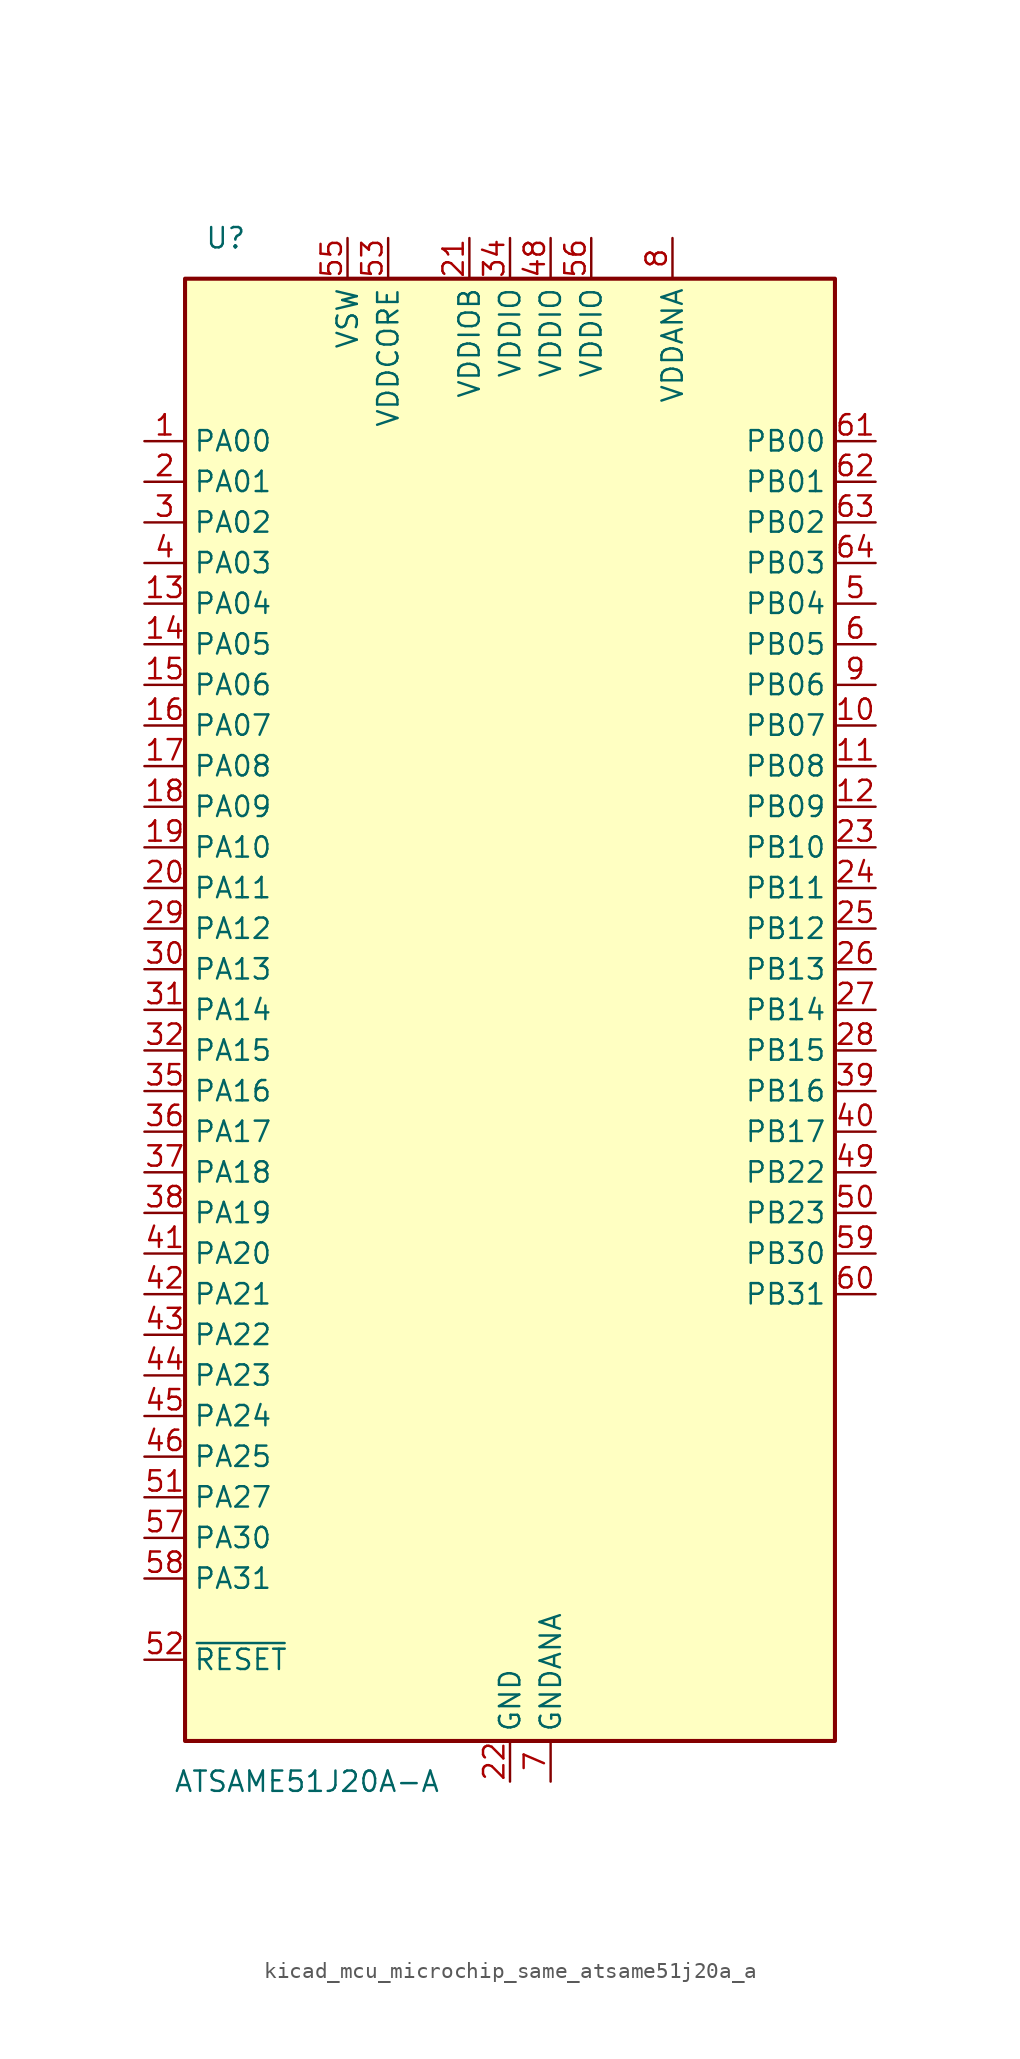
<source format=kicad_sym>
(kicad_symbol_lib
  (version 20220914)
  (generator kicad_symbol_editor)
  (symbol "kicad_mcu_microchip_same_atsame51j20a_a"
    (property "Reference" "U"
      (at -17.78 48.26 0)
      (effects (font (size 1.27 1.27))))
    (property "Value" "ATSAME51J20A-A"
      (at -12.7 -48.26 0)
      (effects (font (size 1.27 1.27))))
    (symbol "kicad_mcu_microchip_same_atsame51j20a_a_0_1"
      (rectangle (start -20.32 45.72) (end 20.32 -45.72) (stroke (width 0.254) (type default)) (fill (type background))))
    (symbol "kicad_mcu_microchip_same_atsame51j20a_a_1_0"
      (pin bidirectional line (at 22.86 27.94 180) (length 2.54) (name "PB03" (effects (font (size 1.27 1.27)))) (number "64" (effects (font (size 1.27 1.27))))))
    (symbol "kicad_mcu_microchip_same_atsame51j20a_a_1_1"
      (pin bidirectional line (at -22.86 35.56 0) (length 2.54) (name "PA00" (effects (font (size 1.27 1.27)))) (number "1" (effects (font (size 1.27 1.27)))))
      (pin bidirectional line (at 22.86 17.78 180) (length 2.54) (name "PB07" (effects (font (size 1.27 1.27)))) (number "10" (effects (font (size 1.27 1.27)))))
      (pin bidirectional line (at 22.86 15.24 180) (length 2.54) (name "PB08" (effects (font (size 1.27 1.27)))) (number "11" (effects (font (size 1.27 1.27)))))
      (pin bidirectional line (at 22.86 12.7 180) (length 2.54) (name "PB09" (effects (font (size 1.27 1.27)))) (number "12" (effects (font (size 1.27 1.27)))))
      (pin bidirectional line (at -22.86 25.4 0) (length 2.54) (name "PA04" (effects (font (size 1.27 1.27)))) (number "13" (effects (font (size 1.27 1.27)))))
      (pin bidirectional line (at -22.86 22.86 0) (length 2.54) (name "PA05" (effects (font (size 1.27 1.27)))) (number "14" (effects (font (size 1.27 1.27)))))
      (pin bidirectional line (at -22.86 20.32 0) (length 2.54) (name "PA06" (effects (font (size 1.27 1.27)))) (number "15" (effects (font (size 1.27 1.27)))))
      (pin bidirectional line (at -22.86 17.78 0) (length 2.54) (name "PA07" (effects (font (size 1.27 1.27)))) (number "16" (effects (font (size 1.27 1.27)))))
      (pin bidirectional line (at -22.86 15.24 0) (length 2.54) (name "PA08" (effects (font (size 1.27 1.27)))) (number "17" (effects (font (size 1.27 1.27)))))
      (pin bidirectional line (at -22.86 12.7 0) (length 2.54) (name "PA09" (effects (font (size 1.27 1.27)))) (number "18" (effects (font (size 1.27 1.27)))))
      (pin bidirectional line (at -22.86 10.16 0) (length 2.54) (name "PA10" (effects (font (size 1.27 1.27)))) (number "19" (effects (font (size 1.27 1.27)))))
      (pin bidirectional line (at -22.86 33.02 0) (length 2.54) (name "PA01" (effects (font (size 1.27 1.27)))) (number "2" (effects (font (size 1.27 1.27)))))
      (pin bidirectional line (at -22.86 7.62 0) (length 2.54) (name "PA11" (effects (font (size 1.27 1.27)))) (number "20" (effects (font (size 1.27 1.27)))))
      (pin power_in line (at -2.54 48.26 270) (length 2.54) (name "VDDIOB" (effects (font (size 1.27 1.27)))) (number "21" (effects (font (size 1.27 1.27)))))
      (pin power_in line (at 0 -48.26 90) (length 2.54) (name "GND" (effects (font (size 1.27 1.27)))) (number "22" (effects (font (size 1.27 1.27)))))
      (pin bidirectional line (at 22.86 10.16 180) (length 2.54) (name "PB10" (effects (font (size 1.27 1.27)))) (number "23" (effects (font (size 1.27 1.27)))))
      (pin bidirectional line (at 22.86 7.62 180) (length 2.54) (name "PB11" (effects (font (size 1.27 1.27)))) (number "24" (effects (font (size 1.27 1.27)))))
      (pin bidirectional line (at 22.86 5.08 180) (length 2.54) (name "PB12" (effects (font (size 1.27 1.27)))) (number "25" (effects (font (size 1.27 1.27)))))
      (pin bidirectional line (at 22.86 2.54 180) (length 2.54) (name "PB13" (effects (font (size 1.27 1.27)))) (number "26" (effects (font (size 1.27 1.27)))))
      (pin bidirectional line (at 22.86 0 180) (length 2.54) (name "PB14" (effects (font (size 1.27 1.27)))) (number "27" (effects (font (size 1.27 1.27)))))
      (pin bidirectional line (at 22.86 -2.54 180) (length 2.54) (name "PB15" (effects (font (size 1.27 1.27)))) (number "28" (effects (font (size 1.27 1.27)))))
      (pin bidirectional line (at -22.86 5.08 0) (length 2.54) (name "PA12" (effects (font (size 1.27 1.27)))) (number "29" (effects (font (size 1.27 1.27)))))
      (pin bidirectional line (at -22.86 30.48 0) (length 2.54) (name "PA02" (effects (font (size 1.27 1.27)))) (number "3" (effects (font (size 1.27 1.27)))))
      (pin bidirectional line (at -22.86 2.54 0) (length 2.54) (name "PA13" (effects (font (size 1.27 1.27)))) (number "30" (effects (font (size 1.27 1.27)))))
      (pin bidirectional line (at -22.86 0 0) (length 2.54) (name "PA14" (effects (font (size 1.27 1.27)))) (number "31" (effects (font (size 1.27 1.27)))))
      (pin bidirectional line (at -22.86 -2.54 0) (length 2.54) (name "PA15" (effects (font (size 1.27 1.27)))) (number "32" (effects (font (size 1.27 1.27)))))
      (pin passive line (at 0 -48.26 90) (length 2.54) hide (name "GND" (effects (font (size 1.27 1.27)))) (number "33" (effects (font (size 1.27 1.27)))))
      (pin power_in line (at 0 48.26 270) (length 2.54) (name "VDDIO" (effects (font (size 1.27 1.27)))) (number "34" (effects (font (size 1.27 1.27)))))
      (pin bidirectional line (at -22.86 -5.08 0) (length 2.54) (name "PA16" (effects (font (size 1.27 1.27)))) (number "35" (effects (font (size 1.27 1.27)))))
      (pin bidirectional line (at -22.86 -7.62 0) (length 2.54) (name "PA17" (effects (font (size 1.27 1.27)))) (number "36" (effects (font (size 1.27 1.27)))))
      (pin bidirectional line (at -22.86 -10.16 0) (length 2.54) (name "PA18" (effects (font (size 1.27 1.27)))) (number "37" (effects (font (size 1.27 1.27)))))
      (pin bidirectional line (at -22.86 -12.7 0) (length 2.54) (name "PA19" (effects (font (size 1.27 1.27)))) (number "38" (effects (font (size 1.27 1.27)))))
      (pin bidirectional line (at 22.86 -5.08 180) (length 2.54) (name "PB16" (effects (font (size 1.27 1.27)))) (number "39" (effects (font (size 1.27 1.27)))))
      (pin bidirectional line (at -22.86 27.94 0) (length 2.54) (name "PA03" (effects (font (size 1.27 1.27)))) (number "4" (effects (font (size 1.27 1.27)))))
      (pin bidirectional line (at 22.86 -7.62 180) (length 2.54) (name "PB17" (effects (font (size 1.27 1.27)))) (number "40" (effects (font (size 1.27 1.27)))))
      (pin bidirectional line (at -22.86 -15.24 0) (length 2.54) (name "PA20" (effects (font (size 1.27 1.27)))) (number "41" (effects (font (size 1.27 1.27)))))
      (pin bidirectional line (at -22.86 -17.78 0) (length 2.54) (name "PA21" (effects (font (size 1.27 1.27)))) (number "42" (effects (font (size 1.27 1.27)))))
      (pin bidirectional line (at -22.86 -20.32 0) (length 2.54) (name "PA22" (effects (font (size 1.27 1.27)))) (number "43" (effects (font (size 1.27 1.27)))))
      (pin bidirectional line (at -22.86 -22.86 0) (length 2.54) (name "PA23" (effects (font (size 1.27 1.27)))) (number "44" (effects (font (size 1.27 1.27)))))
      (pin bidirectional line (at -22.86 -25.4 0) (length 2.54) (name "PA24" (effects (font (size 1.27 1.27)))) (number "45" (effects (font (size 1.27 1.27)))))
      (pin bidirectional line (at -22.86 -27.94 0) (length 2.54) (name "PA25" (effects (font (size 1.27 1.27)))) (number "46" (effects (font (size 1.27 1.27)))))
      (pin passive line (at 0 -48.26 90) (length 2.54) hide (name "GND" (effects (font (size 1.27 1.27)))) (number "47" (effects (font (size 1.27 1.27)))))
      (pin power_in line (at 2.54 48.26 270) (length 2.54) (name "VDDIO" (effects (font (size 1.27 1.27)))) (number "48" (effects (font (size 1.27 1.27)))))
      (pin bidirectional line (at 22.86 -10.16 180) (length 2.54) (name "PB22" (effects (font (size 1.27 1.27)))) (number "49" (effects (font (size 1.27 1.27)))))
      (pin bidirectional line (at 22.86 25.4 180) (length 2.54) (name "PB04" (effects (font (size 1.27 1.27)))) (number "5" (effects (font (size 1.27 1.27)))))
      (pin bidirectional line (at 22.86 -12.7 180) (length 2.54) (name "PB23" (effects (font (size 1.27 1.27)))) (number "50" (effects (font (size 1.27 1.27)))))
      (pin bidirectional line (at -22.86 -30.48 0) (length 2.54) (name "PA27" (effects (font (size 1.27 1.27)))) (number "51" (effects (font (size 1.27 1.27)))))
      (pin input line (at -22.86 -40.64 0) (length 2.54) (name "~{RESET}" (effects (font (size 1.27 1.27)))) (number "52" (effects (font (size 1.27 1.27)))))
      (pin power_out line (at -7.62 48.26 270) (length 2.54) (name "VDDCORE" (effects (font (size 1.27 1.27)))) (number "53" (effects (font (size 1.27 1.27)))))
      (pin passive line (at 0 -48.26 90) (length 2.54) hide (name "GND" (effects (font (size 1.27 1.27)))) (number "54" (effects (font (size 1.27 1.27)))))
      (pin power_in line (at -10.16 48.26 270) (length 2.54) (name "VSW" (effects (font (size 1.27 1.27)))) (number "55" (effects (font (size 1.27 1.27)))))
      (pin power_in line (at 5.08 48.26 270) (length 2.54) (name "VDDIO" (effects (font (size 1.27 1.27)))) (number "56" (effects (font (size 1.27 1.27)))))
      (pin bidirectional line (at -22.86 -33.02 0) (length 2.54) (name "PA30" (effects (font (size 1.27 1.27)))) (number "57" (effects (font (size 1.27 1.27)))))
      (pin bidirectional line (at -22.86 -35.56 0) (length 2.54) (name "PA31" (effects (font (size 1.27 1.27)))) (number "58" (effects (font (size 1.27 1.27)))))
      (pin bidirectional line (at 22.86 -15.24 180) (length 2.54) (name "PB30" (effects (font (size 1.27 1.27)))) (number "59" (effects (font (size 1.27 1.27)))))
      (pin bidirectional line (at 22.86 22.86 180) (length 2.54) (name "PB05" (effects (font (size 1.27 1.27)))) (number "6" (effects (font (size 1.27 1.27)))))
      (pin bidirectional line (at 22.86 -17.78 180) (length 2.54) (name "PB31" (effects (font (size 1.27 1.27)))) (number "60" (effects (font (size 1.27 1.27)))))
      (pin bidirectional line (at 22.86 35.56 180) (length 2.54) (name "PB00" (effects (font (size 1.27 1.27)))) (number "61" (effects (font (size 1.27 1.27)))))
      (pin bidirectional line (at 22.86 33.02 180) (length 2.54) (name "PB01" (effects (font (size 1.27 1.27)))) (number "62" (effects (font (size 1.27 1.27)))))
      (pin bidirectional line (at 22.86 30.48 180) (length 2.54) (name "PB02" (effects (font (size 1.27 1.27)))) (number "63" (effects (font (size 1.27 1.27)))))
      (pin power_in line (at 2.54 -48.26 90) (length 2.54) (name "GNDANA" (effects (font (size 1.27 1.27)))) (number "7" (effects (font (size 1.27 1.27)))))
      (pin power_in line (at 10.16 48.26 270) (length 2.54) (name "VDDANA" (effects (font (size 1.27 1.27)))) (number "8" (effects (font (size 1.27 1.27)))))
      (pin bidirectional line (at 22.86 20.32 180) (length 2.54) (name "PB06" (effects (font (size 1.27 1.27)))) (number "9" (effects (font (size 1.27 1.27))))))))
</source>
